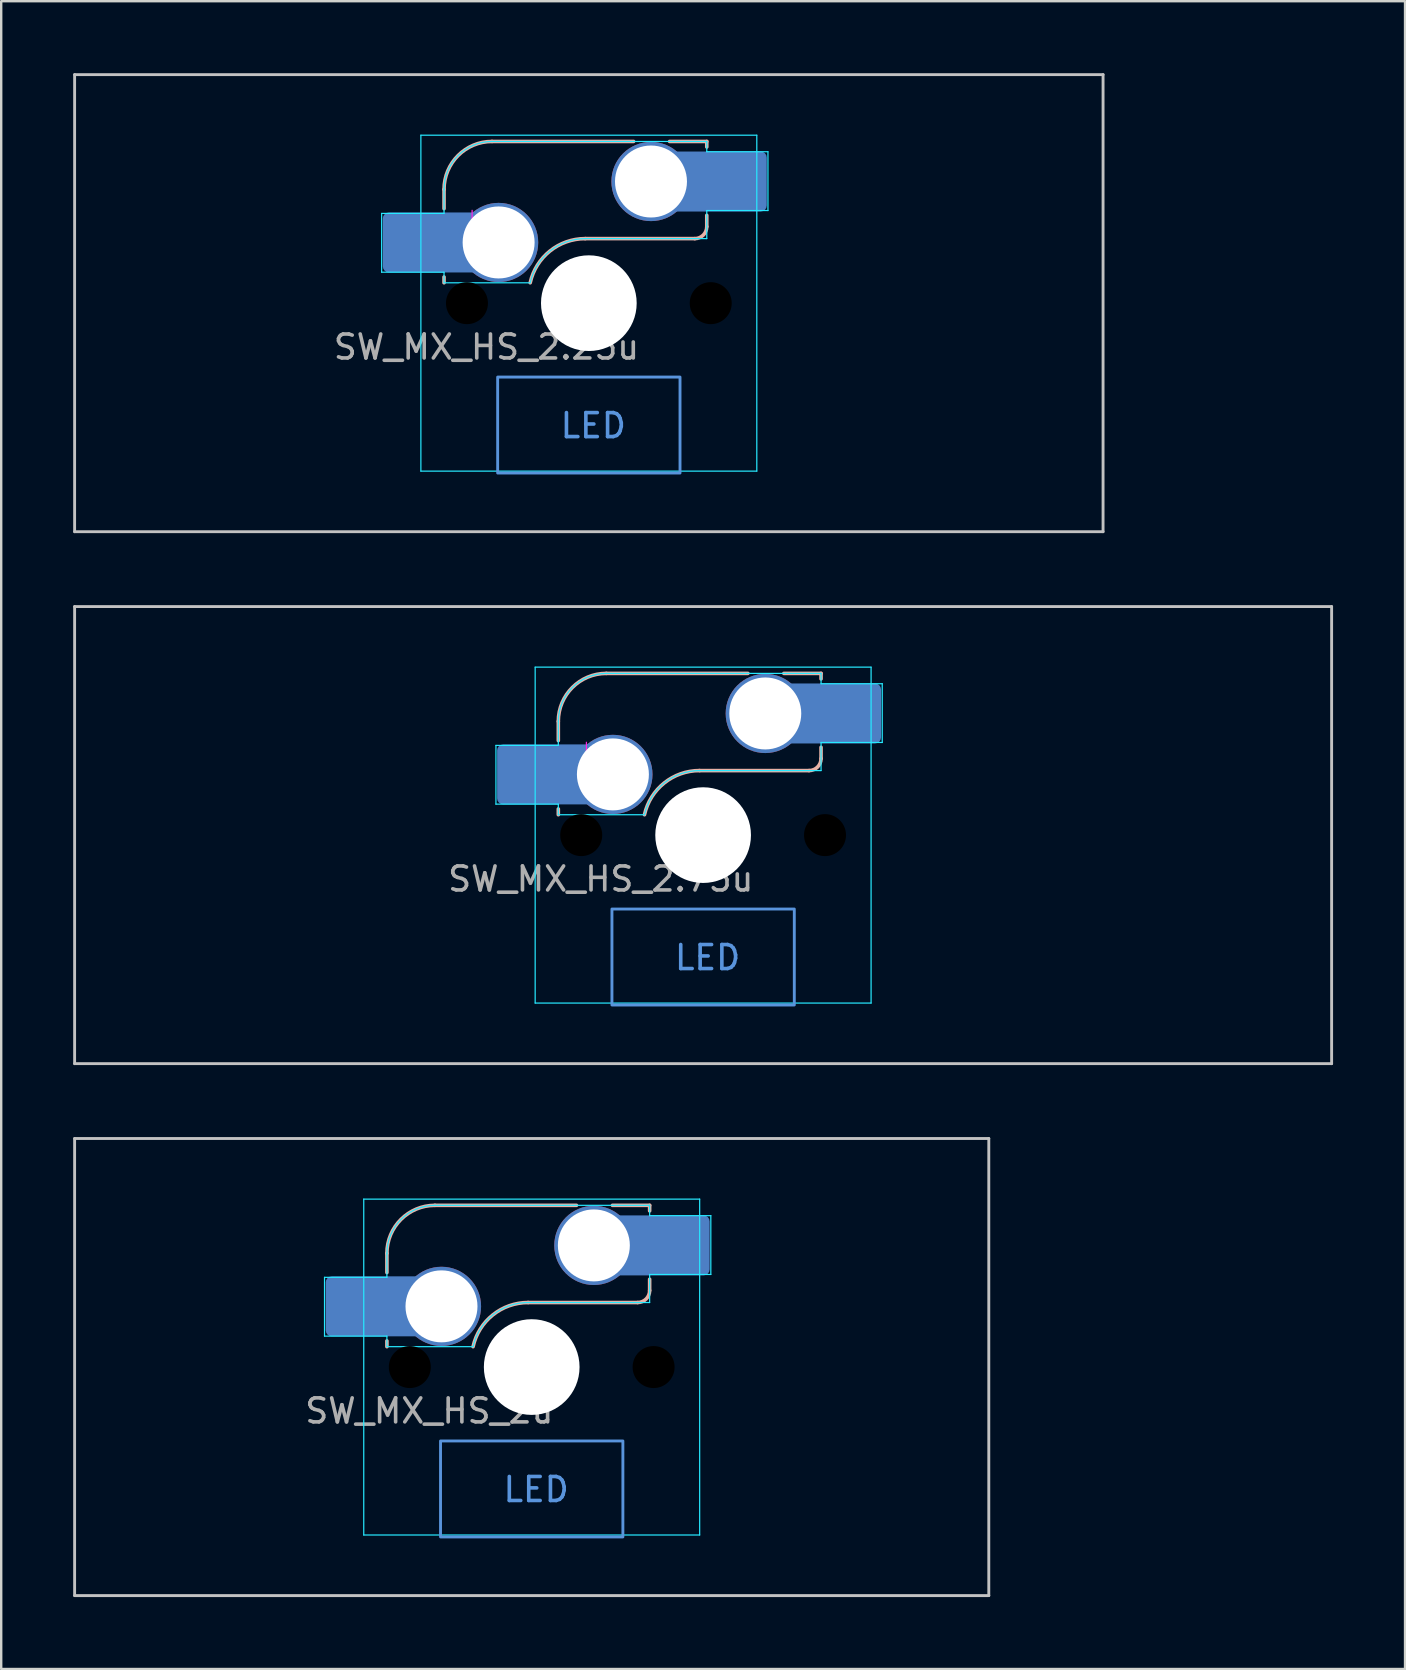
<source format=kicad_pcb>
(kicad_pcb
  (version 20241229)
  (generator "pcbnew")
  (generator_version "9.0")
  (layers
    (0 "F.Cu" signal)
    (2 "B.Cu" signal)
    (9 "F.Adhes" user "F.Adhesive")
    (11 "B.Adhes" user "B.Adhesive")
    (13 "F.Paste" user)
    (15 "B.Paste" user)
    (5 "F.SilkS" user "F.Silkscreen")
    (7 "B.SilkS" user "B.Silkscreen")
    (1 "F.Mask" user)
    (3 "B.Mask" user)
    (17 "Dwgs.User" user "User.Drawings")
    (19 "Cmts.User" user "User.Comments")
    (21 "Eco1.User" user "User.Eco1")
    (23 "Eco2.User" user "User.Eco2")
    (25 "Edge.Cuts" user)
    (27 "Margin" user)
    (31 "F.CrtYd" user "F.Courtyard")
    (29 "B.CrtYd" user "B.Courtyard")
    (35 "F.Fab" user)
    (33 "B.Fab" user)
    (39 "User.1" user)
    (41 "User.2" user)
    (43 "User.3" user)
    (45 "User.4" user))
  (footprint "SW_MX_HS_2.25u"
    (layer "F.Cu")
    (at 21.491 9.585)
    (property "Reference" "SW_MX_HS_2.25u" (at -4.267 1.829 0) (layer "F.Fab") (effects (font (size 1 1) (thickness 0.15))))
    (attr smd)
    (fp_line (start -6.035 -3.94) (end -6.035 -4.74) (stroke (width 0.15) (type solid)) (layer "B.SilkS"))
    (fp_line (start -6.035 -1.09) (end -6.035 -0.85) (stroke (width 0.15) (type solid)) (layer "B.SilkS"))
    (fp_line (start -4.035 -6.74) (end 1.865 -6.74) (stroke (width 0.15) (type solid)) (layer "B.SilkS"))
    (fp_line (start 3.365 -6.74) (end 4.915 -6.74) (stroke (width 0.15) (type solid)) (layer "B.SilkS"))
    (fp_line (start 4.415 -2.69) (end -0.15 -2.69) (stroke (width 0.15) (type solid)) (layer "B.SilkS"))
    (fp_line (start 4.915 -6.74) (end 4.915 -6.51) (stroke (width 0.15) (type solid)) (layer "B.SilkS"))
    (fp_line (start 4.915 -3.66) (end 4.915 -3.19) (stroke (width 0.15) (type solid)) (layer "B.SilkS"))
    (fp_arc (start -6.035 -4.74) (mid -5.449216 -6.154216) (end -4.035 -6.74) (stroke (width 0.15) (type solid)) (layer "B.SilkS"))
    (fp_arc (start -2.444146 -0.85) (mid -1.620517 -2.173417) (end -0.149824 -2.69) (stroke (width 0.15) (type solid)) (layer "B.SilkS"))
    (fp_arc (start 4.915 -3.19) (mid 4.768553 -2.836447) (end 4.415 -2.69) (stroke (width 0.15) (type solid)) (layer "B.SilkS"))
    (fp_line (start -21.431 -9.525) (end 21.431 -9.525) (stroke (width 0.12) (type solid)) (layer "Dwgs.User"))
    (fp_line (start -21.431 9.525) (end -21.431 -9.525) (stroke (width 0.12) (type solid)) (layer "Dwgs.User"))
    (fp_line (start 21.431 -9.525) (end 21.431 9.525) (stroke (width 0.12) (type solid)) (layer "Dwgs.User"))
    (fp_line (start 21.431 9.525) (end -21.431 9.525) (stroke (width 0.12) (type solid)) (layer "Dwgs.User"))
    (fp_rect (start -3.8 3.08) (end 3.8 7.08) (stroke (width 0.12) (type default)) (fill no) (layer "Cmts.User"))
    (fp_line (start -7 -6.5) (end -7 6.5) (stroke (width 0.05) (type solid)) (layer "Eco2.User"))
    (fp_line (start -6.5 7) (end 6.5 7) (stroke (width 0.05) (type solid)) (layer "Eco2.User"))
    (fp_line (start -6.45 -6.99) (end 6.55 -6.99) (stroke (width 0.05) (type solid)) (layer "Eco2.User"))
    (fp_line (start 6.5 -7) (end -6.5 -7) (stroke (width 0.05) (type solid)) (layer "Eco2.User"))
    (fp_line (start 7 6.5) (end 7 -6.5) (stroke (width 0.05) (type solid)) (layer "Eco2.User"))
    (fp_arc (start -7 -6.5) (mid -6.853553 -6.853553) (end -6.5 -7) (stroke (width 0.05) (type solid)) (layer "Eco2.User"))
    (fp_arc (start -6.949824 -6.48978) (mid -6.803377 -6.843333) (end -6.449824 -6.98978) (stroke (width 0.05) (type solid)) (layer "Eco2.User"))
    (fp_arc (start -6.497236 6.998884) (mid -6.850789 6.852437) (end -6.997236 6.498884) (stroke (width 0.05) (type solid)) (layer "Eco2.User"))
    (fp_arc (start 6.5 -7) (mid 6.853553 -6.853553) (end 7 -6.5) (stroke (width 0.05) (type solid)) (layer "Eco2.User"))
    (fp_arc (start 6.550176 -6.98978) (mid 6.903729 -6.843333) (end 7.050176 -6.48978) (stroke (width 0.05) (type solid)) (layer "Eco2.User"))
    (fp_arc (start 7 6.5) (mid 6.853553 6.853553) (end 6.5 7) (stroke (width 0.05) (type solid)) (layer "Eco2.User"))
    (fp_line (start -8.635 -3.74) (end -8.635 -1.29) (stroke (width 0.05) (type solid)) (layer "B.CrtYd"))
    (fp_line (start -8.635 -1.29) (end -6.035 -1.29) (stroke (width 0.05) (type solid)) (layer "B.CrtYd"))
    (fp_line (start -7 -7) (end 7 -7) (stroke (width 0.05) (type solid)) (layer "B.CrtYd"))
    (fp_line (start -7 7) (end -7 -7) (stroke (width 0.05) (type solid)) (layer "B.CrtYd"))
    (fp_line (start -6.035 -3.74) (end -8.635 -3.74) (stroke (width 0.05) (type solid)) (layer "B.CrtYd"))
    (fp_line (start -6.035 -3.74) (end -6.035 -4.74) (stroke (width 0.05) (type solid)) (layer "B.CrtYd"))
    (fp_line (start -6.035 -1.29) (end -6.035 -0.85) (stroke (width 0.05) (type solid)) (layer "B.CrtYd"))
    (fp_line (start -6.035 -0.85) (end -2.444 -0.85) (stroke (width 0.05) (type solid)) (layer "B.CrtYd"))
    (fp_line (start -4.035 -6.74) (end 4.915 -6.74) (stroke (width 0.05) (type solid)) (layer "B.CrtYd"))
    (fp_line (start 4.915 -6.74) (end 4.915 -6.31) (stroke (width 0.05) (type solid)) (layer "B.CrtYd"))
    (fp_line (start 4.915 -3.86) (end 4.915 -2.69) (stroke (width 0.05) (type solid)) (layer "B.CrtYd"))
    (fp_line (start 4.915 -3.86) (end 7.465 -3.86) (stroke (width 0.05) (type solid)) (layer "B.CrtYd"))
    (fp_line (start 4.915 -2.69) (end -0.15 -2.69) (stroke (width 0.05) (type solid)) (layer "B.CrtYd"))
    (fp_line (start 7 -7) (end 7 7) (stroke (width 0.05) (type solid)) (layer "B.CrtYd"))
    (fp_line (start 7 7) (end -7 7) (stroke (width 0.05) (type solid)) (layer "B.CrtYd"))
    (fp_line (start 7.465 -6.31) (end 4.915 -6.31) (stroke (width 0.05) (type solid)) (layer "B.CrtYd"))
    (fp_line (start 7.465 -3.86) (end 7.465 -6.31) (stroke (width 0.05) (type solid)) (layer "B.CrtYd"))
    (fp_arc (start -6.035 -4.74) (mid -5.449216 -6.154216) (end -4.035 -6.74) (stroke (width 0.05) (type solid)) (layer "B.CrtYd"))
    (fp_arc (start -2.444146 -0.85) (mid -1.620326 -2.173179) (end -0.149824 -2.69) (stroke (width 0.05) (type solid)) (layer "B.CrtYd"))
    (fp_line (start -4.865 -3.87) (end -4.865 -2.7) (stroke (width 0.05) (type solid)) (layer "F.CrtYd"))
    (fp_text user "LED" (at -1.27 5.69 0) (unlocked yes) (layer "Cmts.User") (effects (font (size 1 1) (thickness 0.15)) (justify left bottom)))
    (pad "" np_thru_hole circle (at -5.08 0) (size 1.75 1.75) (drill 1.75) (layers "*.Mask"))
    (pad "" np_thru_hole circle (at 0 0) (size 3.988 3.988) (drill 3.988) (layers "*.Cu" "*.Mask"))
    (pad "" np_thru_hole circle (at 5.08 0) (size 1.75 1.75) (drill 1.75) (layers "*.Mask"))
    (pad "1" thru_hole circle (at 2.59 -5.07) (size 3.3 3.3) (drill 3) (layers "*.Cu" "*.Mask"))
    (pad "1" smd roundrect (at 5.315 -5.07) (size 4.2 2.5) (layers "B.Cu" "B.Mask" "B.Paste") (roundrect_rratio 0.1))
    (pad "2" smd roundrect (at -6.485 -2.53) (size 4.2 2.5) (layers "B.Cu" "B.Mask" "B.Paste") (roundrect_rratio 0.1))
    (pad "2" thru_hole circle (at -3.76 -2.53) (size 3.3 3.3) (drill 3) (layers "*.Cu" "*.Mask")))
  (footprint "SW_MX_HS_2.75u"
    (layer "F.Cu")
    (at 26.254 31.755)
    (property "Reference" "SW_MX_HS_2.75u" (at -4.267 1.829 0) (layer "F.Fab") (effects (font (size 1 1) (thickness 0.15))))
    (attr smd)
    (fp_line (start -6.035 -3.94) (end -6.035 -4.74) (stroke (width 0.15) (type solid)) (layer "B.SilkS"))
    (fp_line (start -6.035 -1.09) (end -6.035 -0.85) (stroke (width 0.15) (type solid)) (layer "B.SilkS"))
    (fp_line (start -4.035 -6.74) (end 1.865 -6.74) (stroke (width 0.15) (type solid)) (layer "B.SilkS"))
    (fp_line (start 3.365 -6.74) (end 4.915 -6.74) (stroke (width 0.15) (type solid)) (layer "B.SilkS"))
    (fp_line (start 4.415 -2.69) (end -0.15 -2.69) (stroke (width 0.15) (type solid)) (layer "B.SilkS"))
    (fp_line (start 4.915 -6.74) (end 4.915 -6.51) (stroke (width 0.15) (type solid)) (layer "B.SilkS"))
    (fp_line (start 4.915 -3.66) (end 4.915 -3.19) (stroke (width 0.15) (type solid)) (layer "B.SilkS"))
    (fp_arc (start -6.035 -4.74) (mid -5.449216 -6.154216) (end -4.035 -6.74) (stroke (width 0.15) (type solid)) (layer "B.SilkS"))
    (fp_arc (start -2.444146 -0.85) (mid -1.620517 -2.173417) (end -0.149824 -2.69) (stroke (width 0.15) (type solid)) (layer "B.SilkS"))
    (fp_arc (start 4.915 -3.19) (mid 4.768553 -2.836447) (end 4.415 -2.69) (stroke (width 0.15) (type solid)) (layer "B.SilkS"))
    (fp_line (start -26.194 -9.525) (end 26.194 -9.525) (stroke (width 0.12) (type solid)) (layer "Dwgs.User"))
    (fp_line (start -26.194 9.525) (end -26.194 -9.525) (stroke (width 0.12) (type solid)) (layer "Dwgs.User"))
    (fp_line (start 26.194 -9.525) (end 26.194 9.525) (stroke (width 0.12) (type solid)) (layer "Dwgs.User"))
    (fp_line (start 26.194 9.525) (end -26.194 9.525) (stroke (width 0.12) (type solid)) (layer "Dwgs.User"))
    (fp_rect (start -3.8 3.08) (end 3.8 7.08) (stroke (width 0.12) (type default)) (fill no) (layer "Cmts.User"))
    (fp_line (start -7 -6.5) (end -7 6.5) (stroke (width 0.05) (type solid)) (layer "Eco2.User"))
    (fp_line (start -6.5 7) (end 6.5 7) (stroke (width 0.05) (type solid)) (layer "Eco2.User"))
    (fp_line (start -6.45 -6.99) (end 6.55 -6.99) (stroke (width 0.05) (type solid)) (layer "Eco2.User"))
    (fp_line (start 6.5 -7) (end -6.5 -7) (stroke (width 0.05) (type solid)) (layer "Eco2.User"))
    (fp_line (start 7 6.5) (end 7 -6.5) (stroke (width 0.05) (type solid)) (layer "Eco2.User"))
    (fp_arc (start -7 -6.5) (mid -6.853553 -6.853553) (end -6.5 -7) (stroke (width 0.05) (type solid)) (layer "Eco2.User"))
    (fp_arc (start -6.949824 -6.48978) (mid -6.803377 -6.843333) (end -6.449824 -6.98978) (stroke (width 0.05) (type solid)) (layer "Eco2.User"))
    (fp_arc (start -6.497236 6.998884) (mid -6.850789 6.852437) (end -6.997236 6.498884) (stroke (width 0.05) (type solid)) (layer "Eco2.User"))
    (fp_arc (start 6.5 -7) (mid 6.853553 -6.853553) (end 7 -6.5) (stroke (width 0.05) (type solid)) (layer "Eco2.User"))
    (fp_arc (start 6.550176 -6.98978) (mid 6.903729 -6.843333) (end 7.050176 -6.48978) (stroke (width 0.05) (type solid)) (layer "Eco2.User"))
    (fp_arc (start 7 6.5) (mid 6.853553 6.853553) (end 6.5 7) (stroke (width 0.05) (type solid)) (layer "Eco2.User"))
    (fp_line (start -8.635 -3.74) (end -8.635 -1.29) (stroke (width 0.05) (type solid)) (layer "B.CrtYd"))
    (fp_line (start -8.635 -1.29) (end -6.035 -1.29) (stroke (width 0.05) (type solid)) (layer "B.CrtYd"))
    (fp_line (start -7 -7) (end 7 -7) (stroke (width 0.05) (type solid)) (layer "B.CrtYd"))
    (fp_line (start -7 7) (end -7 -7) (stroke (width 0.05) (type solid)) (layer "B.CrtYd"))
    (fp_line (start -6.035 -3.74) (end -8.635 -3.74) (stroke (width 0.05) (type solid)) (layer "B.CrtYd"))
    (fp_line (start -6.035 -3.74) (end -6.035 -4.74) (stroke (width 0.05) (type solid)) (layer "B.CrtYd"))
    (fp_line (start -6.035 -1.29) (end -6.035 -0.85) (stroke (width 0.05) (type solid)) (layer "B.CrtYd"))
    (fp_line (start -6.035 -0.85) (end -2.444 -0.85) (stroke (width 0.05) (type solid)) (layer "B.CrtYd"))
    (fp_line (start -4.035 -6.74) (end 4.915 -6.74) (stroke (width 0.05) (type solid)) (layer "B.CrtYd"))
    (fp_line (start 4.915 -6.74) (end 4.915 -6.31) (stroke (width 0.05) (type solid)) (layer "B.CrtYd"))
    (fp_line (start 4.915 -3.86) (end 4.915 -2.69) (stroke (width 0.05) (type solid)) (layer "B.CrtYd"))
    (fp_line (start 4.915 -3.86) (end 7.465 -3.86) (stroke (width 0.05) (type solid)) (layer "B.CrtYd"))
    (fp_line (start 4.915 -2.69) (end -0.15 -2.69) (stroke (width 0.05) (type solid)) (layer "B.CrtYd"))
    (fp_line (start 7 -7) (end 7 7) (stroke (width 0.05) (type solid)) (layer "B.CrtYd"))
    (fp_line (start 7 7) (end -7 7) (stroke (width 0.05) (type solid)) (layer "B.CrtYd"))
    (fp_line (start 7.465 -6.31) (end 4.915 -6.31) (stroke (width 0.05) (type solid)) (layer "B.CrtYd"))
    (fp_line (start 7.465 -3.86) (end 7.465 -6.31) (stroke (width 0.05) (type solid)) (layer "B.CrtYd"))
    (fp_arc (start -6.035 -4.74) (mid -5.449216 -6.154216) (end -4.035 -6.74) (stroke (width 0.05) (type solid)) (layer "B.CrtYd"))
    (fp_arc (start -2.444146 -0.85) (mid -1.620326 -2.173179) (end -0.149824 -2.69) (stroke (width 0.05) (type solid)) (layer "B.CrtYd"))
    (fp_line (start -4.865 -3.87) (end -4.865 -2.7) (stroke (width 0.05) (type solid)) (layer "F.CrtYd"))
    (fp_text user "LED" (at -1.27 5.69 0) (unlocked yes) (layer "Cmts.User") (effects (font (size 1 1) (thickness 0.15)) (justify left bottom)))
    (pad "" np_thru_hole circle (at -5.08 0) (size 1.75 1.75) (drill 1.75) (layers "*.Mask"))
    (pad "" np_thru_hole circle (at 0 0) (size 3.988 3.988) (drill 3.988) (layers "*.Cu" "*.Mask"))
    (pad "" np_thru_hole circle (at 5.08 0) (size 1.75 1.75) (drill 1.75) (layers "*.Mask"))
    (pad "1" thru_hole circle (at 2.59 -5.07) (size 3.3 3.3) (drill 3) (layers "*.Cu" "*.Mask"))
    (pad "1" smd roundrect (at 5.315 -5.07) (size 4.2 2.5) (layers "B.Cu" "B.Mask" "B.Paste") (roundrect_rratio 0.1))
    (pad "2" smd roundrect (at -6.485 -2.53) (size 4.2 2.5) (layers "B.Cu" "B.Mask" "B.Paste") (roundrect_rratio 0.1))
    (pad "2" thru_hole circle (at -3.76 -2.53) (size 3.3 3.3) (drill 3) (layers "*.Cu" "*.Mask")))
  (footprint "SW_MX_HS_2u"
    (layer "F.Cu")
    (at 19.11 53.925)
    (property "Reference" "SW_MX_HS_2u" (at -4.267 1.829 0) (layer "F.Fab") (effects (font (size 1 1) (thickness 0.15))))
    (attr smd)
    (fp_line (start -6.035 -3.94) (end -6.035 -4.74) (stroke (width 0.15) (type solid)) (layer "B.SilkS"))
    (fp_line (start -6.035 -1.09) (end -6.035 -0.85) (stroke (width 0.15) (type solid)) (layer "B.SilkS"))
    (fp_line (start -4.035 -6.74) (end 1.865 -6.74) (stroke (width 0.15) (type solid)) (layer "B.SilkS"))
    (fp_line (start 3.365 -6.74) (end 4.915 -6.74) (stroke (width 0.15) (type solid)) (layer "B.SilkS"))
    (fp_line (start 4.415 -2.69) (end -0.15 -2.69) (stroke (width 0.15) (type solid)) (layer "B.SilkS"))
    (fp_line (start 4.915 -6.74) (end 4.915 -6.51) (stroke (width 0.15) (type solid)) (layer "B.SilkS"))
    (fp_line (start 4.915 -3.66) (end 4.915 -3.19) (stroke (width 0.15) (type solid)) (layer "B.SilkS"))
    (fp_arc (start -6.035 -4.74) (mid -5.449216 -6.154216) (end -4.035 -6.74) (stroke (width 0.15) (type solid)) (layer "B.SilkS"))
    (fp_arc (start -2.444146 -0.85) (mid -1.620517 -2.173417) (end -0.149824 -2.69) (stroke (width 0.15) (type solid)) (layer "B.SilkS"))
    (fp_arc (start 4.915 -3.19) (mid 4.768553 -2.836447) (end 4.415 -2.69) (stroke (width 0.15) (type solid)) (layer "B.SilkS"))
    (fp_line (start -19.05 -9.525) (end 19.05 -9.525) (stroke (width 0.12) (type solid)) (layer "Dwgs.User"))
    (fp_line (start -19.05 9.525) (end -19.05 -9.525) (stroke (width 0.12) (type solid)) (layer "Dwgs.User"))
    (fp_line (start 19.05 -9.525) (end 19.05 9.525) (stroke (width 0.12) (type solid)) (layer "Dwgs.User"))
    (fp_line (start 19.05 9.525) (end -19.05 9.525) (stroke (width 0.12) (type solid)) (layer "Dwgs.User"))
    (fp_rect (start -3.8 3.08) (end 3.8 7.08) (stroke (width 0.12) (type default)) (fill no) (layer "Cmts.User"))
    (fp_line (start -7 -6.5) (end -7 6.5) (stroke (width 0.05) (type solid)) (layer "Eco2.User"))
    (fp_line (start -6.5 7) (end 6.5 7) (stroke (width 0.05) (type solid)) (layer "Eco2.User"))
    (fp_line (start -6.45 -6.99) (end 6.55 -6.99) (stroke (width 0.05) (type solid)) (layer "Eco2.User"))
    (fp_line (start 6.5 -7) (end -6.5 -7) (stroke (width 0.05) (type solid)) (layer "Eco2.User"))
    (fp_line (start 7 6.5) (end 7 -6.5) (stroke (width 0.05) (type solid)) (layer "Eco2.User"))
    (fp_arc (start -7 -6.5) (mid -6.853553 -6.853553) (end -6.5 -7) (stroke (width 0.05) (type solid)) (layer "Eco2.User"))
    (fp_arc (start -6.949824 -6.48978) (mid -6.803377 -6.843333) (end -6.449824 -6.98978) (stroke (width 0.05) (type solid)) (layer "Eco2.User"))
    (fp_arc (start -6.497236 6.998884) (mid -6.850789 6.852437) (end -6.997236 6.498884) (stroke (width 0.05) (type solid)) (layer "Eco2.User"))
    (fp_arc (start 6.5 -7) (mid 6.853553 -6.853553) (end 7 -6.5) (stroke (width 0.05) (type solid)) (layer "Eco2.User"))
    (fp_arc (start 6.550176 -6.98978) (mid 6.903729 -6.843333) (end 7.050176 -6.48978) (stroke (width 0.05) (type solid)) (layer "Eco2.User"))
    (fp_arc (start 7 6.5) (mid 6.853553 6.853553) (end 6.5 7) (stroke (width 0.05) (type solid)) (layer "Eco2.User"))
    (fp_line (start -8.635 -3.74) (end -8.635 -1.29) (stroke (width 0.05) (type solid)) (layer "B.CrtYd"))
    (fp_line (start -8.635 -1.29) (end -6.035 -1.29) (stroke (width 0.05) (type solid)) (layer "B.CrtYd"))
    (fp_line (start -7 -7) (end 7 -7) (stroke (width 0.05) (type solid)) (layer "B.CrtYd"))
    (fp_line (start -7 7) (end -7 -7) (stroke (width 0.05) (type solid)) (layer "B.CrtYd"))
    (fp_line (start -6.035 -3.74) (end -8.635 -3.74) (stroke (width 0.05) (type solid)) (layer "B.CrtYd"))
    (fp_line (start -6.035 -3.74) (end -6.035 -4.74) (stroke (width 0.05) (type solid)) (layer "B.CrtYd"))
    (fp_line (start -6.035 -1.29) (end -6.035 -0.85) (stroke (width 0.05) (type solid)) (layer "B.CrtYd"))
    (fp_line (start -6.035 -0.85) (end -2.444 -0.85) (stroke (width 0.05) (type solid)) (layer "B.CrtYd"))
    (fp_line (start -4.035 -6.74) (end 4.915 -6.74) (stroke (width 0.05) (type solid)) (layer "B.CrtYd"))
    (fp_line (start 4.915 -6.74) (end 4.915 -6.31) (stroke (width 0.05) (type solid)) (layer "B.CrtYd"))
    (fp_line (start 4.915 -3.86) (end 4.915 -2.69) (stroke (width 0.05) (type solid)) (layer "B.CrtYd"))
    (fp_line (start 4.915 -3.86) (end 7.465 -3.86) (stroke (width 0.05) (type solid)) (layer "B.CrtYd"))
    (fp_line (start 4.915 -2.69) (end -0.15 -2.69) (stroke (width 0.05) (type solid)) (layer "B.CrtYd"))
    (fp_line (start 7 -7) (end 7 7) (stroke (width 0.05) (type solid)) (layer "B.CrtYd"))
    (fp_line (start 7 7) (end -7 7) (stroke (width 0.05) (type solid)) (layer "B.CrtYd"))
    (fp_line (start 7.465 -6.31) (end 4.915 -6.31) (stroke (width 0.05) (type solid)) (layer "B.CrtYd"))
    (fp_line (start 7.465 -3.86) (end 7.465 -6.31) (stroke (width 0.05) (type solid)) (layer "B.CrtYd"))
    (fp_arc (start -6.035 -4.74) (mid -5.449216 -6.154216) (end -4.035 -6.74) (stroke (width 0.05) (type solid)) (layer "B.CrtYd"))
    (fp_arc (start -2.444146 -0.85) (mid -1.620326 -2.173179) (end -0.149824 -2.69) (stroke (width 0.05) (type solid)) (layer "B.CrtYd"))
    (fp_text user "LED" (at -1.27 5.69 0) (unlocked yes) (layer "Cmts.User") (effects (font (size 1 1) (thickness 0.15)) (justify left bottom)))
    (pad "" np_thru_hole circle (at -5.08 0) (size 1.75 1.75) (drill 1.75) (layers "*.Mask"))
    (pad "" np_thru_hole circle (at 0 0) (size 3.988 3.988) (drill 3.988) (layers "*.Cu" "*.Mask"))
    (pad "" np_thru_hole circle (at 5.08 0) (size 1.75 1.75) (drill 1.75) (layers "*.Mask"))
    (pad "1" thru_hole circle (at 2.59 -5.07) (size 3.3 3.3) (drill 3) (layers "*.Cu" "*.Mask"))
    (pad "1" smd roundrect (at 5.315 -5.07) (size 4.2 2.5) (layers "B.Cu" "B.Mask" "B.Paste") (roundrect_rratio 0.1))
    (pad "2" smd roundrect (at -6.485 -2.53) (size 4.2 2.5) (layers "B.Cu" "B.Mask" "B.Paste") (roundrect_rratio 0.1))
    (pad "2" thru_hole circle (at -3.76 -2.53) (size 3.3 3.3) (drill 3) (layers "*.Cu" "*.Mask")))
  (gr_rect
    (start -3 -3)
    (end 55.508 66.51)
    (stroke (width 0.1) (type default))
    (fill no)
    (layer "Edge.Cuts")))
</source>
